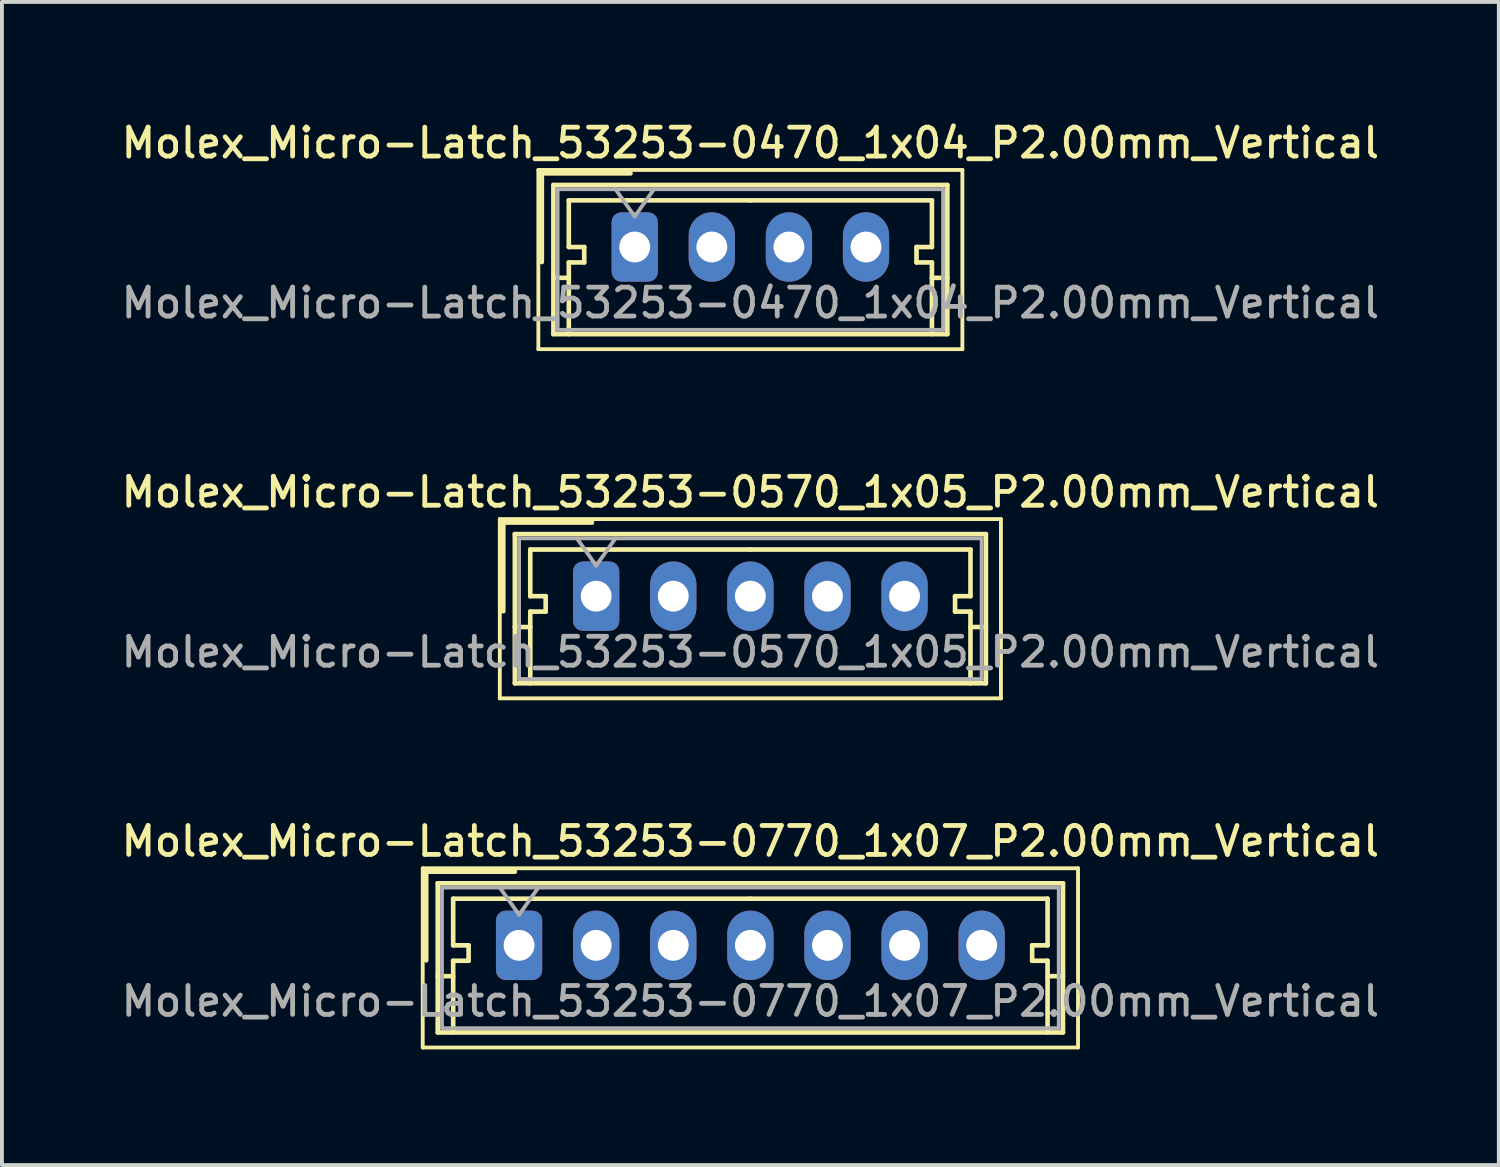
<source format=kicad_pcb>
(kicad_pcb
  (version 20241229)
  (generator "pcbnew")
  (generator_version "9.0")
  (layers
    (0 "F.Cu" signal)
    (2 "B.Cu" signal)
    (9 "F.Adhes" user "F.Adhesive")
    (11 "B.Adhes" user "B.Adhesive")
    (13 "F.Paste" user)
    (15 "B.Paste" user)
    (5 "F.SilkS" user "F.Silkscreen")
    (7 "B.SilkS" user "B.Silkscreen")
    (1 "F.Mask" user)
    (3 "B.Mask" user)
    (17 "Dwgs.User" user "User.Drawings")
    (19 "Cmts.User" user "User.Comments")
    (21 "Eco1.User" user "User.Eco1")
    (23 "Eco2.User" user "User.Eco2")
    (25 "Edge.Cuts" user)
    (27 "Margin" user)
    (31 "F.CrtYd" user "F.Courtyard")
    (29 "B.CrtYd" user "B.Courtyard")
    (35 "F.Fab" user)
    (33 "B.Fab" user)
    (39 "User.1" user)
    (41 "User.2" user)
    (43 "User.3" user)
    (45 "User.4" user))
  (footprint "Molex_Micro-Latch_53253-0470_1x04_P2.00mm_Vertical"
    (layer "F.Cu")
    (at 13.416 3.358)
    (property "Reference" "Molex_Micro-Latch_53253-0470_1x04_P2.00mm_Vertical" (at 3 -2.7 0) (layer "F.SilkS") (effects (font (size 0.75 0.75) (thickness 0.125))))
    (attr through_hole)
    (fp_line (start -2.5 -2) (end -2.5 2.65) (stroke (width 0.1) (type solid)) (layer "F.SilkS"))
    (fp_line (start -2.5 2.65) (end 8.5 2.65) (stroke (width 0.1) (type solid)) (layer "F.SilkS"))
    (fp_line (start -2.41 -1.91) (end -2.41 0.39) (stroke (width 0.12) (type solid)) (layer "F.SilkS"))
    (fp_line (start -2.11 -1.61) (end -2.11 2.26) (stroke (width 0.12) (type solid)) (layer "F.SilkS"))
    (fp_line (start -2.11 0.8) (end -1.71 0.8) (stroke (width 0.12) (type solid)) (layer "F.SilkS"))
    (fp_line (start -2.11 2.26) (end 8.11 2.26) (stroke (width 0.12) (type solid)) (layer "F.SilkS"))
    (fp_line (start -1.71 -1.21) (end -1.71 0) (stroke (width 0.12) (type solid)) (layer "F.SilkS"))
    (fp_line (start -1.71 0) (end -1.31 0) (stroke (width 0.12) (type solid)) (layer "F.SilkS"))
    (fp_line (start -1.71 0.4) (end -1.71 2.26) (stroke (width 0.12) (type solid)) (layer "F.SilkS"))
    (fp_line (start -1.31 0) (end -1.31 0.4) (stroke (width 0.12) (type solid)) (layer "F.SilkS"))
    (fp_line (start -1.31 0.4) (end -1.71 0.4) (stroke (width 0.12) (type solid)) (layer "F.SilkS"))
    (fp_line (start -0.11 -1.91) (end -2.41 -1.91) (stroke (width 0.12) (type solid)) (layer "F.SilkS"))
    (fp_line (start 3 -1.21) (end -1.71 -1.21) (stroke (width 0.12) (type solid)) (layer "F.SilkS"))
    (fp_line (start 3 -1.21) (end 7.71 -1.21) (stroke (width 0.12) (type solid)) (layer "F.SilkS"))
    (fp_line (start 7.31 0) (end 7.31 0.4) (stroke (width 0.12) (type solid)) (layer "F.SilkS"))
    (fp_line (start 7.31 0.4) (end 7.71 0.4) (stroke (width 0.12) (type solid)) (layer "F.SilkS"))
    (fp_line (start 7.71 -1.21) (end 7.71 0) (stroke (width 0.12) (type solid)) (layer "F.SilkS"))
    (fp_line (start 7.71 0) (end 7.31 0) (stroke (width 0.12) (type solid)) (layer "F.SilkS"))
    (fp_line (start 7.71 0.4) (end 7.71 2.26) (stroke (width 0.12) (type solid)) (layer "F.SilkS"))
    (fp_line (start 8.11 -1.61) (end -2.11 -1.61) (stroke (width 0.12) (type solid)) (layer "F.SilkS"))
    (fp_line (start 8.11 0.8) (end 7.71 0.8) (stroke (width 0.12) (type solid)) (layer "F.SilkS"))
    (fp_line (start 8.11 2.26) (end 8.11 -1.61) (stroke (width 0.12) (type solid)) (layer "F.SilkS"))
    (fp_line (start 8.5 -2) (end -2.5 -2) (stroke (width 0.1) (type solid)) (layer "F.SilkS"))
    (fp_line (start 8.5 2.65) (end 8.5 -2) (stroke (width 0.1) (type solid)) (layer "F.SilkS"))
    (fp_line (start -2 -1.5) (end -2 2.15) (stroke (width 0.1) (type solid)) (layer "F.Fab"))
    (fp_line (start -2 2.15) (end 8 2.15) (stroke (width 0.1) (type solid)) (layer "F.Fab"))
    (fp_line (start -0.5 -1.5) (end 0 -0.793) (stroke (width 0.1) (type solid)) (layer "F.Fab"))
    (fp_line (start 0 -0.793) (end 0.5 -1.5) (stroke (width 0.1) (type solid)) (layer "F.Fab"))
    (fp_line (start 8 -1.5) (end -2 -1.5) (stroke (width 0.1) (type solid)) (layer "F.Fab"))
    (fp_line (start 8 2.15) (end 8 -1.5) (stroke (width 0.1) (type solid)) (layer "F.Fab"))
    (fp_text user "${REFERENCE}" (at 3 1.45 0) (layer "F.Fab") (effects (font (size 0.75 0.75) (thickness 0.125))))
    (pad "1" thru_hole roundrect (at 0 0) (size 1.2 1.8) (drill 0.8) (layers "*.Cu" "*.Mask") (roundrect_rratio 0.208))
    (pad "2" thru_hole oval (at 2 0) (size 1.2 1.8) (drill 0.8) (layers "*.Cu" "*.Mask"))
    (pad "3" thru_hole oval (at 4 0) (size 1.2 1.8) (drill 0.8) (layers "*.Cu" "*.Mask"))
    (pad "4" thru_hole oval (at 6 0) (size 1.2 1.8) (drill 0.8) (layers "*.Cu" "*.Mask")))
  (footprint "Molex_Micro-Latch_53253-0570_1x05_P2.00mm_Vertical"
    (layer "F.Cu")
    (at 12.416 12.416)
    (property "Reference" "Molex_Micro-Latch_53253-0570_1x05_P2.00mm_Vertical" (at 4 -2.7 0) (layer "F.SilkS") (effects (font (size 0.75 0.75) (thickness 0.125))))
    (attr through_hole)
    (fp_line (start -2.5 -2) (end -2.5 2.65) (stroke (width 0.1) (type solid)) (layer "F.SilkS"))
    (fp_line (start -2.5 2.65) (end 10.5 2.65) (stroke (width 0.1) (type solid)) (layer "F.SilkS"))
    (fp_line (start -2.41 -1.91) (end -2.41 0.39) (stroke (width 0.12) (type solid)) (layer "F.SilkS"))
    (fp_line (start -2.11 -1.61) (end -2.11 2.26) (stroke (width 0.12) (type solid)) (layer "F.SilkS"))
    (fp_line (start -2.11 0.8) (end -1.71 0.8) (stroke (width 0.12) (type solid)) (layer "F.SilkS"))
    (fp_line (start -2.11 2.26) (end 10.11 2.26) (stroke (width 0.12) (type solid)) (layer "F.SilkS"))
    (fp_line (start -1.71 -1.21) (end -1.71 0) (stroke (width 0.12) (type solid)) (layer "F.SilkS"))
    (fp_line (start -1.71 0) (end -1.31 0) (stroke (width 0.12) (type solid)) (layer "F.SilkS"))
    (fp_line (start -1.71 0.4) (end -1.71 2.26) (stroke (width 0.12) (type solid)) (layer "F.SilkS"))
    (fp_line (start -1.31 0) (end -1.31 0.4) (stroke (width 0.12) (type solid)) (layer "F.SilkS"))
    (fp_line (start -1.31 0.4) (end -1.71 0.4) (stroke (width 0.12) (type solid)) (layer "F.SilkS"))
    (fp_line (start -0.11 -1.91) (end -2.41 -1.91) (stroke (width 0.12) (type solid)) (layer "F.SilkS"))
    (fp_line (start 4 -1.21) (end -1.71 -1.21) (stroke (width 0.12) (type solid)) (layer "F.SilkS"))
    (fp_line (start 4 -1.21) (end 9.71 -1.21) (stroke (width 0.12) (type solid)) (layer "F.SilkS"))
    (fp_line (start 9.31 0) (end 9.31 0.4) (stroke (width 0.12) (type solid)) (layer "F.SilkS"))
    (fp_line (start 9.31 0.4) (end 9.71 0.4) (stroke (width 0.12) (type solid)) (layer "F.SilkS"))
    (fp_line (start 9.71 -1.21) (end 9.71 0) (stroke (width 0.12) (type solid)) (layer "F.SilkS"))
    (fp_line (start 9.71 0) (end 9.31 0) (stroke (width 0.12) (type solid)) (layer "F.SilkS"))
    (fp_line (start 9.71 0.4) (end 9.71 2.26) (stroke (width 0.12) (type solid)) (layer "F.SilkS"))
    (fp_line (start 10.11 -1.61) (end -2.11 -1.61) (stroke (width 0.12) (type solid)) (layer "F.SilkS"))
    (fp_line (start 10.11 0.8) (end 9.71 0.8) (stroke (width 0.12) (type solid)) (layer "F.SilkS"))
    (fp_line (start 10.11 2.26) (end 10.11 -1.61) (stroke (width 0.12) (type solid)) (layer "F.SilkS"))
    (fp_line (start 10.5 -2) (end -2.5 -2) (stroke (width 0.1) (type solid)) (layer "F.SilkS"))
    (fp_line (start 10.5 2.65) (end 10.5 -2) (stroke (width 0.1) (type solid)) (layer "F.SilkS"))
    (fp_line (start -2 -1.5) (end -2 2.15) (stroke (width 0.1) (type solid)) (layer "F.Fab"))
    (fp_line (start -2 2.15) (end 10 2.15) (stroke (width 0.1) (type solid)) (layer "F.Fab"))
    (fp_line (start -0.5 -1.5) (end 0 -0.793) (stroke (width 0.1) (type solid)) (layer "F.Fab"))
    (fp_line (start 0 -0.793) (end 0.5 -1.5) (stroke (width 0.1) (type solid)) (layer "F.Fab"))
    (fp_line (start 10 -1.5) (end -2 -1.5) (stroke (width 0.1) (type solid)) (layer "F.Fab"))
    (fp_line (start 10 2.15) (end 10 -1.5) (stroke (width 0.1) (type solid)) (layer "F.Fab"))
    (fp_text user "${REFERENCE}" (at 4 1.45 0) (layer "F.Fab") (effects (font (size 0.75 0.75) (thickness 0.125))))
    (pad "1" thru_hole roundrect (at 0 0) (size 1.2 1.8) (drill 0.8) (layers "*.Cu" "*.Mask") (roundrect_rratio 0.208))
    (pad "2" thru_hole oval (at 2 0) (size 1.2 1.8) (drill 0.8) (layers "*.Cu" "*.Mask"))
    (pad "3" thru_hole oval (at 4 0) (size 1.2 1.8) (drill 0.8) (layers "*.Cu" "*.Mask"))
    (pad "4" thru_hole oval (at 6 0) (size 1.2 1.8) (drill 0.8) (layers "*.Cu" "*.Mask"))
    (pad "5" thru_hole oval (at 8 0) (size 1.2 1.8) (drill 0.8) (layers "*.Cu" "*.Mask")))
  (footprint "Molex_Micro-Latch_53253-0770_1x07_P2.00mm_Vertical"
    (layer "F.Cu")
    (at 10.416 21.474)
    (property "Reference" "Molex_Micro-Latch_53253-0770_1x07_P2.00mm_Vertical" (at 6 -2.7 0) (layer "F.SilkS") (effects (font (size 0.75 0.75) (thickness 0.125))))
    (attr through_hole)
    (fp_line (start -2.5 -2) (end -2.5 2.65) (stroke (width 0.1) (type solid)) (layer "F.SilkS"))
    (fp_line (start -2.5 2.65) (end 14.5 2.65) (stroke (width 0.1) (type solid)) (layer "F.SilkS"))
    (fp_line (start -2.41 -1.91) (end -2.41 0.39) (stroke (width 0.12) (type solid)) (layer "F.SilkS"))
    (fp_line (start -2.11 -1.61) (end -2.11 2.26) (stroke (width 0.12) (type solid)) (layer "F.SilkS"))
    (fp_line (start -2.11 0.8) (end -1.71 0.8) (stroke (width 0.12) (type solid)) (layer "F.SilkS"))
    (fp_line (start -2.11 2.26) (end 14.11 2.26) (stroke (width 0.12) (type solid)) (layer "F.SilkS"))
    (fp_line (start -1.71 -1.21) (end -1.71 0) (stroke (width 0.12) (type solid)) (layer "F.SilkS"))
    (fp_line (start -1.71 0) (end -1.31 0) (stroke (width 0.12) (type solid)) (layer "F.SilkS"))
    (fp_line (start -1.71 0.4) (end -1.71 2.26) (stroke (width 0.12) (type solid)) (layer "F.SilkS"))
    (fp_line (start -1.31 0) (end -1.31 0.4) (stroke (width 0.12) (type solid)) (layer "F.SilkS"))
    (fp_line (start -1.31 0.4) (end -1.71 0.4) (stroke (width 0.12) (type solid)) (layer "F.SilkS"))
    (fp_line (start -0.11 -1.91) (end -2.41 -1.91) (stroke (width 0.12) (type solid)) (layer "F.SilkS"))
    (fp_line (start 6 -1.21) (end -1.71 -1.21) (stroke (width 0.12) (type solid)) (layer "F.SilkS"))
    (fp_line (start 6 -1.21) (end 13.71 -1.21) (stroke (width 0.12) (type solid)) (layer "F.SilkS"))
    (fp_line (start 13.31 0) (end 13.31 0.4) (stroke (width 0.12) (type solid)) (layer "F.SilkS"))
    (fp_line (start 13.31 0.4) (end 13.71 0.4) (stroke (width 0.12) (type solid)) (layer "F.SilkS"))
    (fp_line (start 13.71 -1.21) (end 13.71 0) (stroke (width 0.12) (type solid)) (layer "F.SilkS"))
    (fp_line (start 13.71 0) (end 13.31 0) (stroke (width 0.12) (type solid)) (layer "F.SilkS"))
    (fp_line (start 13.71 0.4) (end 13.71 2.26) (stroke (width 0.12) (type solid)) (layer "F.SilkS"))
    (fp_line (start 14.11 -1.61) (end -2.11 -1.61) (stroke (width 0.12) (type solid)) (layer "F.SilkS"))
    (fp_line (start 14.11 0.8) (end 13.71 0.8) (stroke (width 0.12) (type solid)) (layer "F.SilkS"))
    (fp_line (start 14.11 2.26) (end 14.11 -1.61) (stroke (width 0.12) (type solid)) (layer "F.SilkS"))
    (fp_line (start 14.5 -2) (end -2.5 -2) (stroke (width 0.1) (type solid)) (layer "F.SilkS"))
    (fp_line (start 14.5 2.65) (end 14.5 -2) (stroke (width 0.1) (type solid)) (layer "F.SilkS"))
    (fp_line (start -2 -1.5) (end -2 2.15) (stroke (width 0.1) (type solid)) (layer "F.Fab"))
    (fp_line (start -2 2.15) (end 14 2.15) (stroke (width 0.1) (type solid)) (layer "F.Fab"))
    (fp_line (start -0.5 -1.5) (end 0 -0.793) (stroke (width 0.1) (type solid)) (layer "F.Fab"))
    (fp_line (start 0 -0.793) (end 0.5 -1.5) (stroke (width 0.1) (type solid)) (layer "F.Fab"))
    (fp_line (start 14 -1.5) (end -2 -1.5) (stroke (width 0.1) (type solid)) (layer "F.Fab"))
    (fp_line (start 14 2.15) (end 14 -1.5) (stroke (width 0.1) (type solid)) (layer "F.Fab"))
    (fp_text user "${REFERENCE}" (at 6 1.45 0) (layer "F.Fab") (effects (font (size 0.75 0.75) (thickness 0.125))))
    (pad "1" thru_hole roundrect (at 0 0) (size 1.2 1.8) (drill 0.8) (layers "*.Cu" "*.Mask") (roundrect_rratio 0.208))
    (pad "2" thru_hole oval (at 2 0) (size 1.2 1.8) (drill 0.8) (layers "*.Cu" "*.Mask"))
    (pad "3" thru_hole oval (at 4 0) (size 1.2 1.8) (drill 0.8) (layers "*.Cu" "*.Mask"))
    (pad "4" thru_hole oval (at 6 0) (size 1.2 1.8) (drill 0.8) (layers "*.Cu" "*.Mask"))
    (pad "5" thru_hole oval (at 8 0) (size 1.2 1.8) (drill 0.8) (layers "*.Cu" "*.Mask"))
    (pad "6" thru_hole oval (at 10 0) (size 1.2 1.8) (drill 0.8) (layers "*.Cu" "*.Mask"))
    (pad "7" thru_hole oval (at 12 0) (size 1.2 1.8) (drill 0.8) (layers "*.Cu" "*.Mask")))
  (gr_rect
    (start -3 -3)
    (end 35.832 27.174)
    (stroke (width 0.1) (type default))
    (fill no)
    (layer "Edge.Cuts")))
</source>
